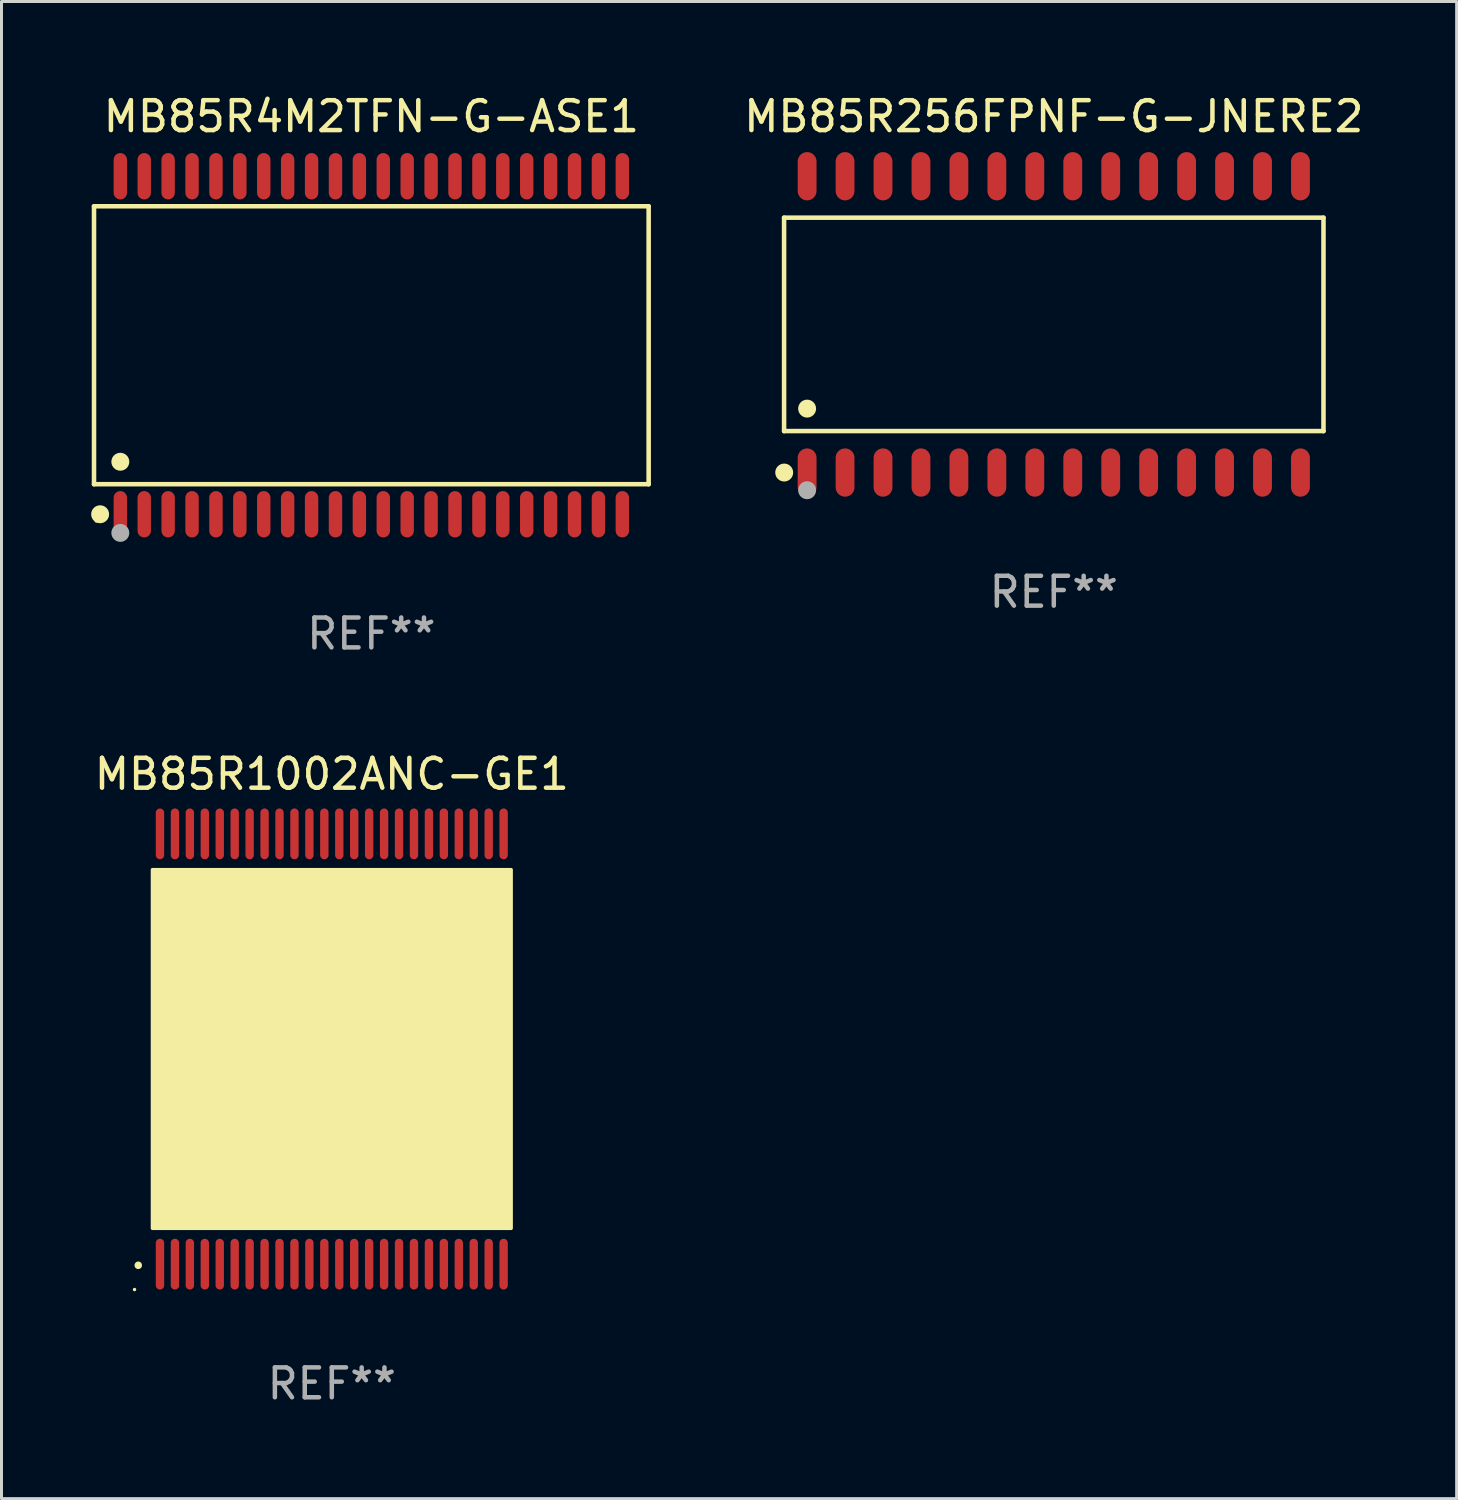
<source format=kicad_pcb>
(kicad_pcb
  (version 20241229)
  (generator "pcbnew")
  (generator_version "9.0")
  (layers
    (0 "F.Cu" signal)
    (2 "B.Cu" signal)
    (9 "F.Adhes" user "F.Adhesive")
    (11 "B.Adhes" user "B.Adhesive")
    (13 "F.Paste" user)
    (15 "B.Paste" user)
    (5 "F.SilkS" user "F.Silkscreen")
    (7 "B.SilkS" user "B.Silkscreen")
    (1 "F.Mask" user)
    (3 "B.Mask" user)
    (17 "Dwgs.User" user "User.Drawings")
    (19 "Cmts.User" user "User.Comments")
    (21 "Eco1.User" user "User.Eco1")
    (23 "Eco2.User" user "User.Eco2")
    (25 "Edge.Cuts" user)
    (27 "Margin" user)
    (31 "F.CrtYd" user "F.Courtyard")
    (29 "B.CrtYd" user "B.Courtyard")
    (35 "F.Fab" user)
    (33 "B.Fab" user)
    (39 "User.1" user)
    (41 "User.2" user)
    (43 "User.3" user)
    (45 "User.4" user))
  (footprint "MB85R1002ANC-GE1"
    (layer "F.Cu")
    (at 8.054 32.056)
    (property "Reference" "MB85R1002ANC-GE1" (at 0 -9.2 0) (layer "F.SilkS") (effects (font (size 1 1) (thickness 0.15))))
    (attr through_hole)
    (fp_arc (start -6.477013 7.239141) (mid -6.47702 7.237871) (end -6.477013 7.236601) (stroke (width 0.25) (type solid)) (layer "F.SilkS"))
    (fp_arc (start -5.334011 5.080137) (mid -5.334022 5.077597) (end -5.334011 5.075057) (stroke (width 0.6) (type solid)) (layer "F.SilkS"))
    (fp_circle (center -6.602 8.05) (end -6.572 8.05) (stroke (width 0.06) (type solid)) (fill no) (layer "F.SilkS"))
    (fp_poly (pts (xy -6 -6) (xy 6 -6) (xy 6 6) (xy -6 6)) (stroke (width 0.12) (type solid)) (fill yes) (layer "F.SilkS"))
    (fp_text user "REF**" (at 0 11.2 0) (layer "F.Fab") (effects (font (size 1 1) (thickness 0.15))))
    (pad "1" smd oval (at -5.75 7.2 180) (size 0.28 1.7) (layers "F.Cu" "F.Mask" "F.Paste"))
    (pad "2" smd oval (at -5.25 7.2 180) (size 0.28 1.7) (layers "F.Cu" "F.Mask" "F.Paste"))
    (pad "3" smd oval (at -4.75 7.2 180) (size 0.28 1.7) (layers "F.Cu" "F.Mask" "F.Paste"))
    (pad "4" smd oval (at -4.25 7.2 180) (size 0.28 1.7) (layers "F.Cu" "F.Mask" "F.Paste"))
    (pad "5" smd oval (at -3.75 7.2 180) (size 0.28 1.7) (layers "F.Cu" "F.Mask" "F.Paste"))
    (pad "6" smd oval (at -3.25 7.2 180) (size 0.28 1.7) (layers "F.Cu" "F.Mask" "F.Paste"))
    (pad "7" smd oval (at -2.75 7.2 180) (size 0.28 1.7) (layers "F.Cu" "F.Mask" "F.Paste"))
    (pad "8" smd oval (at -2.25 7.2 180) (size 0.28 1.7) (layers "F.Cu" "F.Mask" "F.Paste"))
    (pad "9" smd oval (at -1.75 7.2 180) (size 0.28 1.7) (layers "F.Cu" "F.Mask" "F.Paste"))
    (pad "10" smd oval (at -1.25 7.2 180) (size 0.28 1.7) (layers "F.Cu" "F.Mask" "F.Paste"))
    (pad "11" smd oval (at -0.75 7.2 180) (size 0.28 1.7) (layers "F.Cu" "F.Mask" "F.Paste"))
    (pad "12" smd oval (at -0.25 7.2 180) (size 0.28 1.7) (layers "F.Cu" "F.Mask" "F.Paste"))
    (pad "13" smd oval (at 0.25 7.2 180) (size 0.28 1.7) (layers "F.Cu" "F.Mask" "F.Paste"))
    (pad "14" smd oval (at 0.75 7.2 180) (size 0.28 1.7) (layers "F.Cu" "F.Mask" "F.Paste"))
    (pad "15" smd oval (at 1.25 7.2 180) (size 0.28 1.7) (layers "F.Cu" "F.Mask" "F.Paste"))
    (pad "16" smd oval (at 1.75 7.2 180) (size 0.28 1.7) (layers "F.Cu" "F.Mask" "F.Paste"))
    (pad "17" smd oval (at 2.25 7.2 180) (size 0.28 1.7) (layers "F.Cu" "F.Mask" "F.Paste"))
    (pad "18" smd oval (at 2.75 7.2 180) (size 0.28 1.7) (layers "F.Cu" "F.Mask" "F.Paste"))
    (pad "19" smd oval (at 3.25 7.2 180) (size 0.28 1.7) (layers "F.Cu" "F.Mask" "F.Paste"))
    (pad "20" smd oval (at 3.75 7.2 180) (size 0.28 1.7) (layers "F.Cu" "F.Mask" "F.Paste"))
    (pad "21" smd oval (at 4.25 7.2 180) (size 0.28 1.7) (layers "F.Cu" "F.Mask" "F.Paste"))
    (pad "22" smd oval (at 4.75 7.2 180) (size 0.28 1.7) (layers "F.Cu" "F.Mask" "F.Paste"))
    (pad "23" smd oval (at 5.25 7.2 180) (size 0.28 1.7) (layers "F.Cu" "F.Mask" "F.Paste"))
    (pad "24" smd oval (at 5.75 7.2 180) (size 0.28 1.7) (layers "F.Cu" "F.Mask" "F.Paste"))
    (pad "25" smd oval (at 5.75 -7.2 180) (size 0.28 1.7) (layers "F.Cu" "F.Mask" "F.Paste"))
    (pad "26" smd oval (at 5.25 -7.2 180) (size 0.28 1.7) (layers "F.Cu" "F.Mask" "F.Paste"))
    (pad "27" smd oval (at 4.75 -7.2 180) (size 0.28 1.7) (layers "F.Cu" "F.Mask" "F.Paste"))
    (pad "28" smd oval (at 4.25 -7.2 180) (size 0.28 1.7) (layers "F.Cu" "F.Mask" "F.Paste"))
    (pad "29" smd oval (at 3.75 -7.2 180) (size 0.28 1.7) (layers "F.Cu" "F.Mask" "F.Paste"))
    (pad "30" smd oval (at 3.25 -7.2 180) (size 0.28 1.7) (layers "F.Cu" "F.Mask" "F.Paste"))
    (pad "31" smd oval (at 2.75 -7.2 180) (size 0.28 1.7) (layers "F.Cu" "F.Mask" "F.Paste"))
    (pad "32" smd oval (at 2.25 -7.2 180) (size 0.28 1.7) (layers "F.Cu" "F.Mask" "F.Paste"))
    (pad "33" smd oval (at 1.75 -7.2 180) (size 0.28 1.7) (layers "F.Cu" "F.Mask" "F.Paste"))
    (pad "34" smd oval (at 1.25 -7.2 180) (size 0.28 1.7) (layers "F.Cu" "F.Mask" "F.Paste"))
    (pad "35" smd oval (at 0.75 -7.2 180) (size 0.28 1.7) (layers "F.Cu" "F.Mask" "F.Paste"))
    (pad "36" smd oval (at 0.25 -7.2 180) (size 0.28 1.7) (layers "F.Cu" "F.Mask" "F.Paste"))
    (pad "37" smd oval (at -0.25 -7.2 180) (size 0.28 1.7) (layers "F.Cu" "F.Mask" "F.Paste"))
    (pad "38" smd oval (at -0.75 -7.2 180) (size 0.28 1.7) (layers "F.Cu" "F.Mask" "F.Paste"))
    (pad "39" smd oval (at -1.25 -7.2 180) (size 0.28 1.7) (layers "F.Cu" "F.Mask" "F.Paste"))
    (pad "40" smd oval (at -1.75 -7.2 180) (size 0.28 1.7) (layers "F.Cu" "F.Mask" "F.Paste"))
    (pad "41" smd oval (at -2.25 -7.2 180) (size 0.28 1.7) (layers "F.Cu" "F.Mask" "F.Paste"))
    (pad "42" smd oval (at -2.75 -7.2 180) (size 0.28 1.7) (layers "F.Cu" "F.Mask" "F.Paste"))
    (pad "43" smd oval (at -3.25 -7.2 180) (size 0.28 1.7) (layers "F.Cu" "F.Mask" "F.Paste"))
    (pad "44" smd oval (at -3.75 -7.2 180) (size 0.28 1.7) (layers "F.Cu" "F.Mask" "F.Paste"))
    (pad "45" smd oval (at -4.25 -7.2 180) (size 0.28 1.7) (layers "F.Cu" "F.Mask" "F.Paste"))
    (pad "46" smd oval (at -4.75 -7.2 180) (size 0.28 1.7) (layers "F.Cu" "F.Mask" "F.Paste"))
    (pad "47" smd oval (at -5.25 -7.2 180) (size 0.28 1.7) (layers "F.Cu" "F.Mask" "F.Paste"))
    (pad "48" smd oval (at -5.75 -7.2 180) (size 0.28 1.7) (layers "F.Cu" "F.Mask" "F.Paste")))
  (footprint "MB85R256FPNF-G-JNERE2"
    (layer "F.Cu")
    (at 32.216 7.806)
    (property "Reference" "MB85R256FPNF-G-JNERE2" (at 0 -6.958 0) (layer "F.SilkS") (effects (font (size 1 1) (thickness 0.15))))
    (attr through_hole)
    (fp_line (start -9.026 -3.571) (end 9.026 -3.571) (stroke (width 0.152) (type solid)) (layer "F.SilkS"))
    (fp_line (start -9.026 3.571) (end -9.026 -3.571) (stroke (width 0.152) (type solid)) (layer "F.SilkS"))
    (fp_line (start 9.026 -3.571) (end 9.026 3.571) (stroke (width 0.152) (type solid)) (layer "F.SilkS"))
    (fp_line (start 9.026 3.571) (end -9.026 3.571) (stroke (width 0.152) (type solid)) (layer "F.SilkS"))
    (fp_circle (center -9.022 4.958) (end -8.872 4.958) (stroke (width 0.3) (type solid)) (fill no) (layer "F.SilkS"))
    (fp_circle (center -8.95 5.15) (end -8.92 5.15) (stroke (width 0.06) (type solid)) (fill no) (layer "F.SilkS"))
    (fp_circle (center -8.255 2.819) (end -8.105 2.819) (stroke (width 0.3) (type solid)) (fill no) (layer "F.SilkS"))
    (fp_circle (center -8.255 5.55) (end -8.105 5.55) (stroke (width 0.3) (type solid)) (fill no) (layer "F.Fab"))
    (fp_text user "REF**" (at 0 8.958 0) (layer "F.Fab") (effects (font (size 1 1) (thickness 0.15))))
    (pad "1" smd oval (at -8.255 4.958) (size 0.63 1.615) (layers "F.Cu" "F.Mask" "F.Paste"))
    (pad "2" smd oval (at -6.985 4.958) (size 0.63 1.615) (layers "F.Cu" "F.Mask" "F.Paste"))
    (pad "3" smd oval (at -5.715 4.958) (size 0.63 1.615) (layers "F.Cu" "F.Mask" "F.Paste"))
    (pad "4" smd oval (at -4.445 4.958) (size 0.63 1.615) (layers "F.Cu" "F.Mask" "F.Paste"))
    (pad "5" smd oval (at -3.175 4.958) (size 0.63 1.615) (layers "F.Cu" "F.Mask" "F.Paste"))
    (pad "6" smd oval (at -1.905 4.958) (size 0.63 1.615) (layers "F.Cu" "F.Mask" "F.Paste"))
    (pad "7" smd oval (at -0.635 4.958) (size 0.63 1.615) (layers "F.Cu" "F.Mask" "F.Paste"))
    (pad "8" smd oval (at 0.635 4.958) (size 0.63 1.615) (layers "F.Cu" "F.Mask" "F.Paste"))
    (pad "9" smd oval (at 1.905 4.958) (size 0.63 1.615) (layers "F.Cu" "F.Mask" "F.Paste"))
    (pad "10" smd oval (at 3.175 4.958) (size 0.63 1.615) (layers "F.Cu" "F.Mask" "F.Paste"))
    (pad "11" smd oval (at 4.445 4.958) (size 0.63 1.615) (layers "F.Cu" "F.Mask" "F.Paste"))
    (pad "12" smd oval (at 5.715 4.958) (size 0.63 1.615) (layers "F.Cu" "F.Mask" "F.Paste"))
    (pad "13" smd oval (at 6.985 4.958) (size 0.63 1.615) (layers "F.Cu" "F.Mask" "F.Paste"))
    (pad "14" smd oval (at 8.255 4.958) (size 0.63 1.615) (layers "F.Cu" "F.Mask" "F.Paste"))
    (pad "15" smd oval (at 8.255 -4.958) (size 0.63 1.615) (layers "F.Cu" "F.Mask" "F.Paste"))
    (pad "16" smd oval (at 6.985 -4.958) (size 0.63 1.615) (layers "F.Cu" "F.Mask" "F.Paste"))
    (pad "17" smd oval (at 5.715 -4.958) (size 0.63 1.615) (layers "F.Cu" "F.Mask" "F.Paste"))
    (pad "18" smd oval (at 4.445 -4.958) (size 0.63 1.615) (layers "F.Cu" "F.Mask" "F.Paste"))
    (pad "19" smd oval (at 3.175 -4.958) (size 0.63 1.615) (layers "F.Cu" "F.Mask" "F.Paste"))
    (pad "20" smd oval (at 1.905 -4.958) (size 0.63 1.615) (layers "F.Cu" "F.Mask" "F.Paste"))
    (pad "21" smd oval (at 0.635 -4.958) (size 0.63 1.615) (layers "F.Cu" "F.Mask" "F.Paste"))
    (pad "22" smd oval (at -0.635 -4.958) (size 0.63 1.615) (layers "F.Cu" "F.Mask" "F.Paste"))
    (pad "23" smd oval (at -1.905 -4.958) (size 0.63 1.615) (layers "F.Cu" "F.Mask" "F.Paste"))
    (pad "24" smd oval (at -3.175 -4.958) (size 0.63 1.615) (layers "F.Cu" "F.Mask" "F.Paste"))
    (pad "25" smd oval (at -4.445 -4.958) (size 0.63 1.615) (layers "F.Cu" "F.Mask" "F.Paste"))
    (pad "26" smd oval (at -5.715 -4.958) (size 0.63 1.615) (layers "F.Cu" "F.Mask" "F.Paste"))
    (pad "27" smd oval (at -6.985 -4.958) (size 0.63 1.615) (layers "F.Cu" "F.Mask" "F.Paste"))
    (pad "28" smd oval (at -8.255 -4.958) (size 0.63 1.615) (layers "F.Cu" "F.Mask" "F.Paste")))
  (footprint "MB85R4M2TFN-G-ASE1"
    (layer "F.Cu")
    (at 9.377 8.504)
    (property "Reference" "MB85R4M2TFN-G-ASE1" (at 0 -7.656 0) (layer "F.SilkS") (effects (font (size 1 1) (thickness 0.15))))
    (attr through_hole)
    (fp_line (start -9.281 -4.651) (end 9.281 -4.651) (stroke (width 0.152) (type solid)) (layer "F.SilkS"))
    (fp_line (start -9.281 4.651) (end -9.281 -4.651) (stroke (width 0.152) (type solid)) (layer "F.SilkS"))
    (fp_line (start 9.281 -4.651) (end 9.281 4.651) (stroke (width 0.152) (type solid)) (layer "F.SilkS"))
    (fp_line (start 9.281 4.651) (end -9.281 4.651) (stroke (width 0.152) (type solid)) (layer "F.SilkS"))
    (fp_circle (center -9.205 5.88) (end -9.175 5.88) (stroke (width 0.06) (type solid)) (fill no) (layer "F.SilkS"))
    (fp_circle (center -9.076 5.656) (end -8.926 5.656) (stroke (width 0.3) (type solid)) (fill no) (layer "F.SilkS"))
    (fp_circle (center -8.4 3.899) (end -8.25 3.899) (stroke (width 0.3) (type solid)) (fill no) (layer "F.SilkS"))
    (fp_circle (center -8.4 6.28) (end -8.25 6.28) (stroke (width 0.3) (type solid)) (fill no) (layer "F.Fab"))
    (fp_text user "REF**" (at 0 9.656 0) (layer "F.Fab") (effects (font (size 1 1) (thickness 0.15))))
    (pad "1" smd oval (at -8.4 5.656) (size 0.448 1.551) (layers "F.Cu" "F.Mask" "F.Paste"))
    (pad "2" smd oval (at -7.6 5.656) (size 0.448 1.551) (layers "F.Cu" "F.Mask" "F.Paste"))
    (pad "3" smd oval (at -6.8 5.656) (size 0.448 1.551) (layers "F.Cu" "F.Mask" "F.Paste"))
    (pad "4" smd oval (at -6 5.656) (size 0.448 1.551) (layers "F.Cu" "F.Mask" "F.Paste"))
    (pad "5" smd oval (at -5.2 5.656) (size 0.448 1.551) (layers "F.Cu" "F.Mask" "F.Paste"))
    (pad "6" smd oval (at -4.4 5.656) (size 0.448 1.551) (layers "F.Cu" "F.Mask" "F.Paste"))
    (pad "7" smd oval (at -3.6 5.656) (size 0.448 1.551) (layers "F.Cu" "F.Mask" "F.Paste"))
    (pad "8" smd oval (at -2.8 5.656) (size 0.448 1.551) (layers "F.Cu" "F.Mask" "F.Paste"))
    (pad "9" smd oval (at -2 5.656) (size 0.448 1.551) (layers "F.Cu" "F.Mask" "F.Paste"))
    (pad "10" smd oval (at -1.2 5.656) (size 0.448 1.551) (layers "F.Cu" "F.Mask" "F.Paste"))
    (pad "11" smd oval (at -0.4 5.656) (size 0.448 1.551) (layers "F.Cu" "F.Mask" "F.Paste"))
    (pad "12" smd oval (at 0.4 5.656) (size 0.448 1.551) (layers "F.Cu" "F.Mask" "F.Paste"))
    (pad "13" smd oval (at 1.2 5.656) (size 0.448 1.551) (layers "F.Cu" "F.Mask" "F.Paste"))
    (pad "14" smd oval (at 2 5.656) (size 0.448 1.551) (layers "F.Cu" "F.Mask" "F.Paste"))
    (pad "15" smd oval (at 2.8 5.656) (size 0.448 1.551) (layers "F.Cu" "F.Mask" "F.Paste"))
    (pad "16" smd oval (at 3.6 5.656) (size 0.448 1.551) (layers "F.Cu" "F.Mask" "F.Paste"))
    (pad "17" smd oval (at 4.4 5.656) (size 0.448 1.551) (layers "F.Cu" "F.Mask" "F.Paste"))
    (pad "18" smd oval (at 5.2 5.656) (size 0.448 1.551) (layers "F.Cu" "F.Mask" "F.Paste"))
    (pad "19" smd oval (at 6 5.656) (size 0.448 1.551) (layers "F.Cu" "F.Mask" "F.Paste"))
    (pad "20" smd oval (at 6.8 5.656) (size 0.448 1.551) (layers "F.Cu" "F.Mask" "F.Paste"))
    (pad "21" smd oval (at 7.6 5.656) (size 0.448 1.551) (layers "F.Cu" "F.Mask" "F.Paste"))
    (pad "22" smd oval (at 8.4 5.656) (size 0.448 1.551) (layers "F.Cu" "F.Mask" "F.Paste"))
    (pad "23" smd oval (at 8.4 -5.656) (size 0.448 1.551) (layers "F.Cu" "F.Mask" "F.Paste"))
    (pad "24" smd oval (at 7.6 -5.656) (size 0.448 1.551) (layers "F.Cu" "F.Mask" "F.Paste"))
    (pad "25" smd oval (at 6.8 -5.656) (size 0.448 1.551) (layers "F.Cu" "F.Mask" "F.Paste"))
    (pad "26" smd oval (at 6 -5.656) (size 0.448 1.551) (layers "F.Cu" "F.Mask" "F.Paste"))
    (pad "27" smd oval (at 5.2 -5.656) (size 0.448 1.551) (layers "F.Cu" "F.Mask" "F.Paste"))
    (pad "28" smd oval (at 4.4 -5.656) (size 0.448 1.551) (layers "F.Cu" "F.Mask" "F.Paste"))
    (pad "29" smd oval (at 3.6 -5.656) (size 0.448 1.551) (layers "F.Cu" "F.Mask" "F.Paste"))
    (pad "30" smd oval (at 2.8 -5.656) (size 0.448 1.551) (layers "F.Cu" "F.Mask" "F.Paste"))
    (pad "31" smd oval (at 2 -5.656) (size 0.448 1.551) (layers "F.Cu" "F.Mask" "F.Paste"))
    (pad "32" smd oval (at 1.2 -5.656) (size 0.448 1.551) (layers "F.Cu" "F.Mask" "F.Paste"))
    (pad "33" smd oval (at 0.4 -5.656) (size 0.448 1.551) (layers "F.Cu" "F.Mask" "F.Paste"))
    (pad "34" smd oval (at -0.4 -5.656) (size 0.448 1.551) (layers "F.Cu" "F.Mask" "F.Paste"))
    (pad "35" smd oval (at -1.2 -5.656) (size 0.448 1.551) (layers "F.Cu" "F.Mask" "F.Paste"))
    (pad "36" smd oval (at -2 -5.656) (size 0.448 1.551) (layers "F.Cu" "F.Mask" "F.Paste"))
    (pad "37" smd oval (at -2.8 -5.656) (size 0.448 1.551) (layers "F.Cu" "F.Mask" "F.Paste"))
    (pad "38" smd oval (at -3.6 -5.656) (size 0.448 1.551) (layers "F.Cu" "F.Mask" "F.Paste"))
    (pad "39" smd oval (at -4.4 -5.656) (size 0.448 1.551) (layers "F.Cu" "F.Mask" "F.Paste"))
    (pad "40" smd oval (at -5.2 -5.656) (size 0.448 1.551) (layers "F.Cu" "F.Mask" "F.Paste"))
    (pad "41" smd oval (at -6 -5.656) (size 0.448 1.551) (layers "F.Cu" "F.Mask" "F.Paste"))
    (pad "42" smd oval (at -6.8 -5.656) (size 0.448 1.551) (layers "F.Cu" "F.Mask" "F.Paste"))
    (pad "43" smd oval (at -7.6 -5.656) (size 0.448 1.551) (layers "F.Cu" "F.Mask" "F.Paste"))
    (pad "44" smd oval (at -8.4 -5.656) (size 0.448 1.551) (layers "F.Cu" "F.Mask" "F.Paste")))
  (gr_rect
    (start -3 -3)
    (end 45.698 47.104)
    (stroke (width 0.1) (type default))
    (fill no)
    (layer "Edge.Cuts")))
</source>
